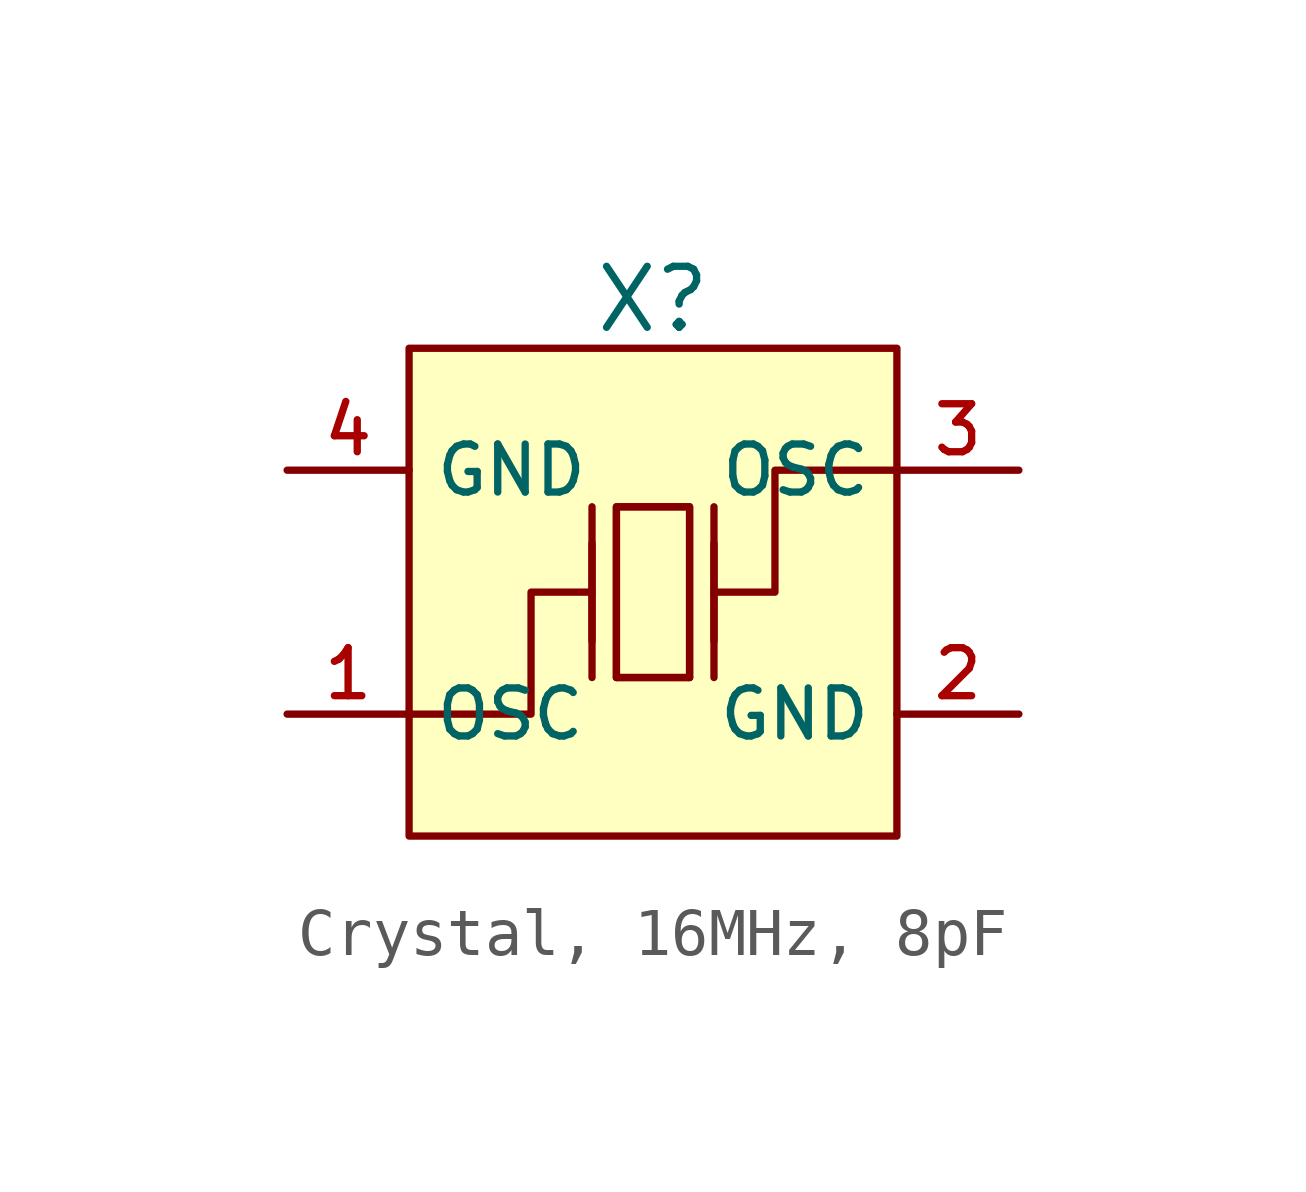
<source format=kicad_sym>
(kicad_symbol_lib
  (version 20231120)
  (generator "CDFER_Archive_Tool")
  (generator_version "0.0")
  (symbol "Crystal, 16MHz, 8pF"
    (property "Reference" "X"
      (at 0 6.096 0)
      (effects (font (size 1.27 1.27))))
    (symbol "Crystal, 16MHz, 8pF_0_1"
      (rectangle (start -5.08 5.08) (end 5.08 -5.08) (stroke (width 0) (type default)) (fill (type background)))
      (polyline (pts (xy -1.27 -1.778) (xy -1.27 1.778)) (stroke (width 0) (type default)) (fill (type none)))
      (polyline (pts (xy -1.27 -1.016) (xy -1.27 1.016)) (stroke (width 0) (type default)) (fill (type none)))
      (polyline (pts (xy 0.762 -1.778) (xy -0.762 -1.778)) (stroke (width 0) (type default)) (fill (type none)))
      (polyline (pts (xy 1.27 -1.778) (xy 1.27 1.778)) (stroke (width 0) (type default)) (fill (type none)))
      (polyline (pts (xy 1.27 -1.016) (xy 1.27 1.016)) (stroke (width 0) (type default)) (fill (type none)))
      (polyline (pts (xy -5.08 -2.54) (xy -2.54 -2.54) (xy -2.54 0) (xy -1.27 0)) (stroke (width 0) (type default)) (fill (type none)))
      (polyline (pts (xy -0.762 -1.778) (xy -0.762 1.778) (xy 0.762 1.778) (xy 0.762 -1.778)) (stroke (width 0) (type default)) (fill (type none)))
      (polyline (pts (xy 5.08 2.54) (xy 2.54 2.54) (xy 2.54 0) (xy 1.27 0)) (stroke (width 0) (type default)) (fill (type none)))
      (polyline (pts (xy 0.762 1.778) (xy 0.762 -1.778) (xy -0.762 -1.778) (xy -0.762 1.778) (xy 0.762 1.778)) (stroke (width 0) (type default)) (fill (type none))))
    (symbol "Crystal, 16MHz, 8pF_1_1"
      (pin unspecified line (at -7.62 -2.54 0) (length 2.54) (name "OSC" (effects (font (size 1 1)))) (number "1" (effects (font (size 1 1)))))
      (pin unspecified line (at 7.62 -2.54 180) (length 2.54) (name "GND" (effects (font (size 1 1)))) (number "2" (effects (font (size 1 1)))))
      (pin unspecified line (at 7.62 2.54 180) (length 2.54) (name "OSC" (effects (font (size 1 1)))) (number "3" (effects (font (size 1 1)))))
      (pin unspecified line (at -7.62 2.54 0) (length 2.54) (name "GND" (effects (font (size 1 1)))) (number "4" (effects (font (size 1 1))))))))
</source>
